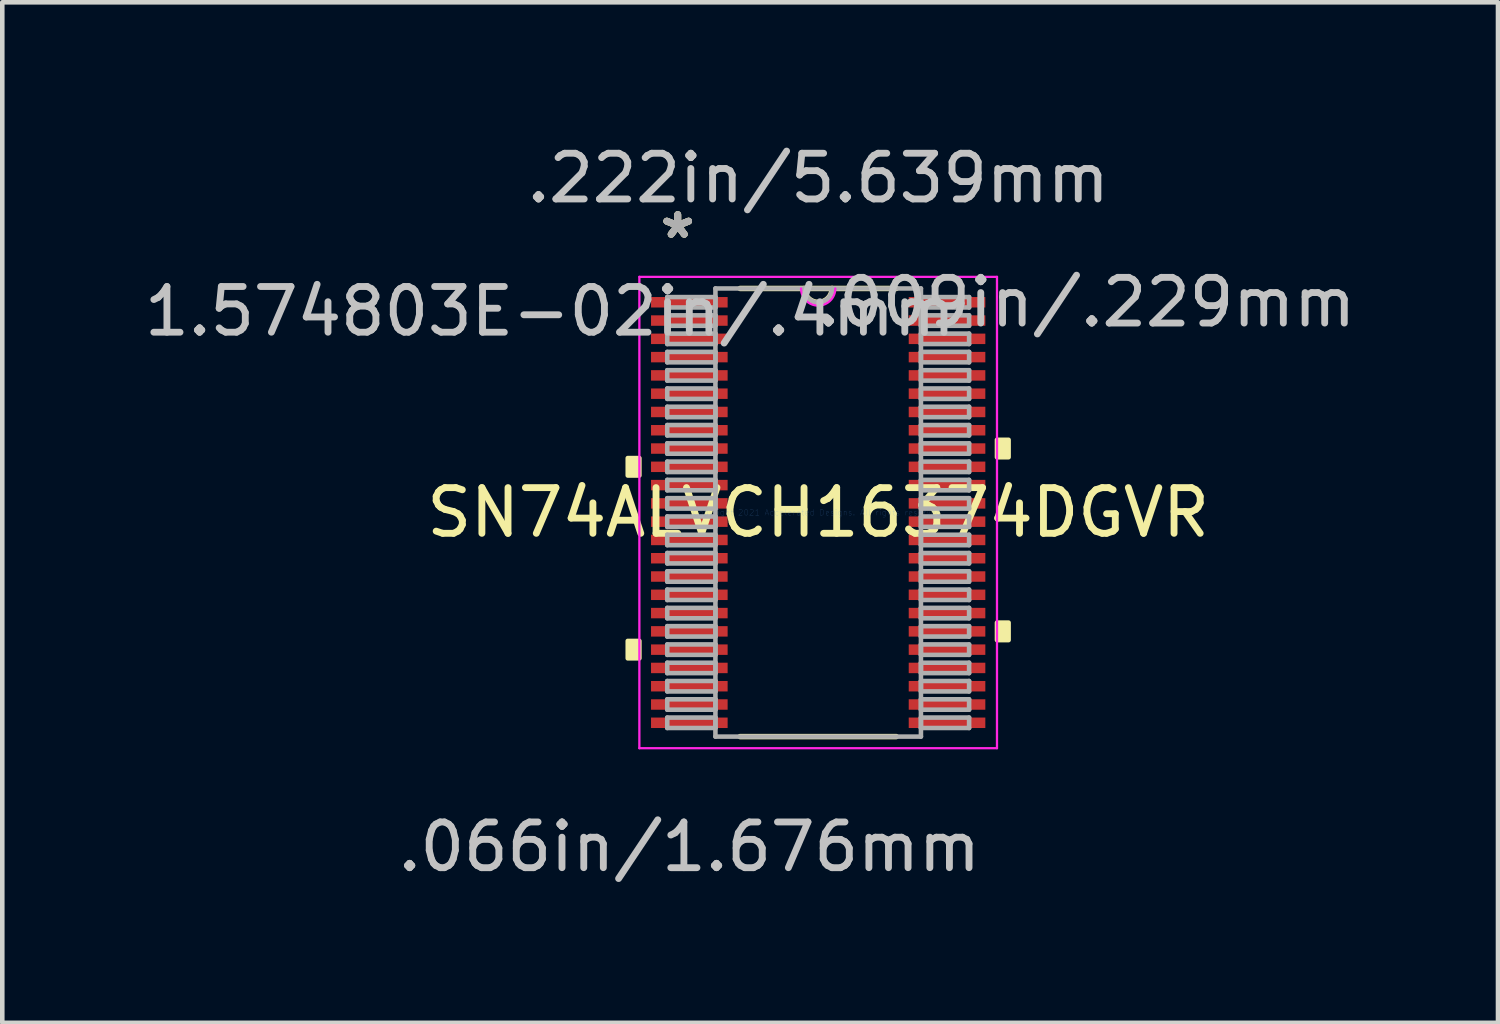
<source format=kicad_pcb>
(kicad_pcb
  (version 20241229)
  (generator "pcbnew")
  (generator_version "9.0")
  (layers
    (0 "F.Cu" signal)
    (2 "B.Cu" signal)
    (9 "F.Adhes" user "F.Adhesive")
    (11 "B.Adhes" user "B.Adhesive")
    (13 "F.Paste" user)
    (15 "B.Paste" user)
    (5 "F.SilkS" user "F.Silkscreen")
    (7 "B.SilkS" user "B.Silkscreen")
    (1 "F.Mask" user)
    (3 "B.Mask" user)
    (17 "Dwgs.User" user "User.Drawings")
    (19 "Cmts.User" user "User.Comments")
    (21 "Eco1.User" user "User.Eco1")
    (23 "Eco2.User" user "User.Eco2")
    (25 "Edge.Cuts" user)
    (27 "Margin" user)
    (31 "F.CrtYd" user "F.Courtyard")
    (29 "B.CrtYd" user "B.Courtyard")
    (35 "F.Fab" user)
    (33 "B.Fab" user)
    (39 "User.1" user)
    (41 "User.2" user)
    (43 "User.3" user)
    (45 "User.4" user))
  (footprint "SN74ALVCH16374DGVR"
    (layer "F.Cu")
    (at 14.85 8.163)
    (property "Reference" "SN74ALVCH16374DGVR" (at 0 0 0) (layer "F.SilkS") (effects (font (size 1 1) (thickness 0.15))))
    (attr through_hole)
    (fp_line (start -1.707 4.902) (end 1.707 4.902) (stroke (width 0.12) (type solid)) (layer "F.SilkS"))
    (fp_line (start 1.707 -4.902) (end -1.707 -4.902) (stroke (width 0.12) (type solid)) (layer "F.SilkS"))
    (fp_arc (start 0.3048 -4.9022) (mid 0 -4.5974) (end -0.3048 -4.9022) (stroke (width 0.12) (type solid)) (layer "F.SilkS"))
    (fp_poly (pts (xy -4.166 -1.191) (xy -4.166 -0.81) (xy -3.912 -0.81) (xy -3.912 -1.191)) (stroke (width 0.1) (type solid)) (fill yes) (layer "F.SilkS"))
    (fp_poly (pts (xy -4.166 2.809) (xy -4.166 3.19) (xy -3.912 3.19) (xy -3.912 2.809)) (stroke (width 0.1) (type solid)) (fill yes) (layer "F.SilkS"))
    (fp_poly (pts (xy 4.166 -1.591) (xy 4.166 -1.21) (xy 3.912 -1.21) (xy 3.912 -1.591)) (stroke (width 0.1) (type solid)) (fill yes) (layer "F.SilkS"))
    (fp_poly (pts (xy 4.166 2.409) (xy 4.166 2.791) (xy 3.912 2.791) (xy 3.912 2.409)) (stroke (width 0.1) (type solid)) (fill yes) (layer "F.SilkS"))
    (fp_line (start -3.912 -5.156) (end 3.912 -5.156) (stroke (width 0.05) (type solid)) (layer "F.CrtYd"))
    (fp_line (start -3.912 5.156) (end -3.912 -5.156) (stroke (width 0.05) (type solid)) (layer "F.CrtYd"))
    (fp_line (start 3.912 -5.156) (end 3.912 5.156) (stroke (width 0.05) (type solid)) (layer "F.CrtYd"))
    (fp_line (start 3.912 5.156) (end -3.912 5.156) (stroke (width 0.05) (type solid)) (layer "F.CrtYd"))
    (fp_arc (start 0.37465 -4.9022) (mid 0 -4.52755) (end -0.37465 -4.9022) (stroke (width 0.05) (type solid)) (layer "F.CrtYd"))
    (fp_line (start -3.302 -4.714) (end -3.302 -4.486) (stroke (width 0.1) (type solid)) (layer "F.Fab"))
    (fp_line (start -3.302 -4.486) (end -2.248 -4.486) (stroke (width 0.1) (type solid)) (layer "F.Fab"))
    (fp_line (start -3.302 -4.314) (end -3.302 -4.086) (stroke (width 0.1) (type solid)) (layer "F.Fab"))
    (fp_line (start -3.302 -4.086) (end -2.248 -4.086) (stroke (width 0.1) (type solid)) (layer "F.Fab"))
    (fp_line (start -3.302 -3.914) (end -3.302 -3.686) (stroke (width 0.1) (type solid)) (layer "F.Fab"))
    (fp_line (start -3.302 -3.686) (end -2.248 -3.686) (stroke (width 0.1) (type solid)) (layer "F.Fab"))
    (fp_line (start -3.302 -3.514) (end -3.302 -3.286) (stroke (width 0.1) (type solid)) (layer "F.Fab"))
    (fp_line (start -3.302 -3.286) (end -2.248 -3.286) (stroke (width 0.1) (type solid)) (layer "F.Fab"))
    (fp_line (start -3.302 -3.114) (end -3.302 -2.886) (stroke (width 0.1) (type solid)) (layer "F.Fab"))
    (fp_line (start -3.302 -2.886) (end -2.248 -2.886) (stroke (width 0.1) (type solid)) (layer "F.Fab"))
    (fp_line (start -3.302 -2.714) (end -3.302 -2.486) (stroke (width 0.1) (type solid)) (layer "F.Fab"))
    (fp_line (start -3.302 -2.486) (end -2.248 -2.486) (stroke (width 0.1) (type solid)) (layer "F.Fab"))
    (fp_line (start -3.302 -2.314) (end -3.302 -2.086) (stroke (width 0.1) (type solid)) (layer "F.Fab"))
    (fp_line (start -3.302 -2.086) (end -2.248 -2.086) (stroke (width 0.1) (type solid)) (layer "F.Fab"))
    (fp_line (start -3.302 -1.914) (end -3.302 -1.686) (stroke (width 0.1) (type solid)) (layer "F.Fab"))
    (fp_line (start -3.302 -1.686) (end -2.248 -1.686) (stroke (width 0.1) (type solid)) (layer "F.Fab"))
    (fp_line (start -3.302 -1.514) (end -3.302 -1.286) (stroke (width 0.1) (type solid)) (layer "F.Fab"))
    (fp_line (start -3.302 -1.286) (end -2.248 -1.286) (stroke (width 0.1) (type solid)) (layer "F.Fab"))
    (fp_line (start -3.302 -1.114) (end -3.302 -0.886) (stroke (width 0.1) (type solid)) (layer "F.Fab"))
    (fp_line (start -3.302 -0.886) (end -2.248 -0.886) (stroke (width 0.1) (type solid)) (layer "F.Fab"))
    (fp_line (start -3.302 -0.714) (end -3.302 -0.486) (stroke (width 0.1) (type solid)) (layer "F.Fab"))
    (fp_line (start -3.302 -0.486) (end -2.248 -0.486) (stroke (width 0.1) (type solid)) (layer "F.Fab"))
    (fp_line (start -3.302 -0.314) (end -3.302 -0.086) (stroke (width 0.1) (type solid)) (layer "F.Fab"))
    (fp_line (start -3.302 -0.086) (end -2.248 -0.086) (stroke (width 0.1) (type solid)) (layer "F.Fab"))
    (fp_line (start -3.302 0.086) (end -3.302 0.314) (stroke (width 0.1) (type solid)) (layer "F.Fab"))
    (fp_line (start -3.302 0.314) (end -2.248 0.314) (stroke (width 0.1) (type solid)) (layer "F.Fab"))
    (fp_line (start -3.302 0.486) (end -3.302 0.714) (stroke (width 0.1) (type solid)) (layer "F.Fab"))
    (fp_line (start -3.302 0.714) (end -2.248 0.714) (stroke (width 0.1) (type solid)) (layer "F.Fab"))
    (fp_line (start -3.302 0.886) (end -3.302 1.114) (stroke (width 0.1) (type solid)) (layer "F.Fab"))
    (fp_line (start -3.302 1.114) (end -2.248 1.114) (stroke (width 0.1) (type solid)) (layer "F.Fab"))
    (fp_line (start -3.302 1.286) (end -3.302 1.514) (stroke (width 0.1) (type solid)) (layer "F.Fab"))
    (fp_line (start -3.302 1.514) (end -2.248 1.514) (stroke (width 0.1) (type solid)) (layer "F.Fab"))
    (fp_line (start -3.302 1.686) (end -3.302 1.914) (stroke (width 0.1) (type solid)) (layer "F.Fab"))
    (fp_line (start -3.302 1.914) (end -2.248 1.914) (stroke (width 0.1) (type solid)) (layer "F.Fab"))
    (fp_line (start -3.302 2.086) (end -3.302 2.314) (stroke (width 0.1) (type solid)) (layer "F.Fab"))
    (fp_line (start -3.302 2.314) (end -2.248 2.314) (stroke (width 0.1) (type solid)) (layer "F.Fab"))
    (fp_line (start -3.302 2.486) (end -3.302 2.714) (stroke (width 0.1) (type solid)) (layer "F.Fab"))
    (fp_line (start -3.302 2.714) (end -2.248 2.714) (stroke (width 0.1) (type solid)) (layer "F.Fab"))
    (fp_line (start -3.302 2.886) (end -3.302 3.114) (stroke (width 0.1) (type solid)) (layer "F.Fab"))
    (fp_line (start -3.302 3.114) (end -2.248 3.114) (stroke (width 0.1) (type solid)) (layer "F.Fab"))
    (fp_line (start -3.302 3.286) (end -3.302 3.514) (stroke (width 0.1) (type solid)) (layer "F.Fab"))
    (fp_line (start -3.302 3.514) (end -2.248 3.514) (stroke (width 0.1) (type solid)) (layer "F.Fab"))
    (fp_line (start -3.302 3.686) (end -3.302 3.914) (stroke (width 0.1) (type solid)) (layer "F.Fab"))
    (fp_line (start -3.302 3.914) (end -2.248 3.914) (stroke (width 0.1) (type solid)) (layer "F.Fab"))
    (fp_line (start -3.302 4.086) (end -3.302 4.314) (stroke (width 0.1) (type solid)) (layer "F.Fab"))
    (fp_line (start -3.302 4.314) (end -2.248 4.314) (stroke (width 0.1) (type solid)) (layer "F.Fab"))
    (fp_line (start -3.302 4.486) (end -3.302 4.714) (stroke (width 0.1) (type solid)) (layer "F.Fab"))
    (fp_line (start -3.302 4.714) (end -2.248 4.714) (stroke (width 0.1) (type solid)) (layer "F.Fab"))
    (fp_line (start -2.248 -4.902) (end -2.248 4.902) (stroke (width 0.1) (type solid)) (layer "F.Fab"))
    (fp_line (start -2.248 -4.714) (end -3.302 -4.714) (stroke (width 0.1) (type solid)) (layer "F.Fab"))
    (fp_line (start -2.248 -4.486) (end -2.248 -4.714) (stroke (width 0.1) (type solid)) (layer "F.Fab"))
    (fp_line (start -2.248 -4.314) (end -3.302 -4.314) (stroke (width 0.1) (type solid)) (layer "F.Fab"))
    (fp_line (start -2.248 -4.086) (end -2.248 -4.314) (stroke (width 0.1) (type solid)) (layer "F.Fab"))
    (fp_line (start -2.248 -3.914) (end -3.302 -3.914) (stroke (width 0.1) (type solid)) (layer "F.Fab"))
    (fp_line (start -2.248 -3.686) (end -2.248 -3.914) (stroke (width 0.1) (type solid)) (layer "F.Fab"))
    (fp_line (start -2.248 -3.514) (end -3.302 -3.514) (stroke (width 0.1) (type solid)) (layer "F.Fab"))
    (fp_line (start -2.248 -3.286) (end -2.248 -3.514) (stroke (width 0.1) (type solid)) (layer "F.Fab"))
    (fp_line (start -2.248 -3.114) (end -3.302 -3.114) (stroke (width 0.1) (type solid)) (layer "F.Fab"))
    (fp_line (start -2.248 -2.886) (end -2.248 -3.114) (stroke (width 0.1) (type solid)) (layer "F.Fab"))
    (fp_line (start -2.248 -2.714) (end -3.302 -2.714) (stroke (width 0.1) (type solid)) (layer "F.Fab"))
    (fp_line (start -2.248 -2.486) (end -2.248 -2.714) (stroke (width 0.1) (type solid)) (layer "F.Fab"))
    (fp_line (start -2.248 -2.314) (end -3.302 -2.314) (stroke (width 0.1) (type solid)) (layer "F.Fab"))
    (fp_line (start -2.248 -2.086) (end -2.248 -2.314) (stroke (width 0.1) (type solid)) (layer "F.Fab"))
    (fp_line (start -2.248 -1.914) (end -3.302 -1.914) (stroke (width 0.1) (type solid)) (layer "F.Fab"))
    (fp_line (start -2.248 -1.686) (end -2.248 -1.914) (stroke (width 0.1) (type solid)) (layer "F.Fab"))
    (fp_line (start -2.248 -1.514) (end -3.302 -1.514) (stroke (width 0.1) (type solid)) (layer "F.Fab"))
    (fp_line (start -2.248 -1.286) (end -2.248 -1.514) (stroke (width 0.1) (type solid)) (layer "F.Fab"))
    (fp_line (start -2.248 -1.114) (end -3.302 -1.114) (stroke (width 0.1) (type solid)) (layer "F.Fab"))
    (fp_line (start -2.248 -0.886) (end -2.248 -1.114) (stroke (width 0.1) (type solid)) (layer "F.Fab"))
    (fp_line (start -2.248 -0.714) (end -3.302 -0.714) (stroke (width 0.1) (type solid)) (layer "F.Fab"))
    (fp_line (start -2.248 -0.486) (end -2.248 -0.714) (stroke (width 0.1) (type solid)) (layer "F.Fab"))
    (fp_line (start -2.248 -0.314) (end -3.302 -0.314) (stroke (width 0.1) (type solid)) (layer "F.Fab"))
    (fp_line (start -2.248 -0.086) (end -2.248 -0.314) (stroke (width 0.1) (type solid)) (layer "F.Fab"))
    (fp_line (start -2.248 0.086) (end -3.302 0.086) (stroke (width 0.1) (type solid)) (layer "F.Fab"))
    (fp_line (start -2.248 0.314) (end -2.248 0.086) (stroke (width 0.1) (type solid)) (layer "F.Fab"))
    (fp_line (start -2.248 0.486) (end -3.302 0.486) (stroke (width 0.1) (type solid)) (layer "F.Fab"))
    (fp_line (start -2.248 0.714) (end -2.248 0.486) (stroke (width 0.1) (type solid)) (layer "F.Fab"))
    (fp_line (start -2.248 0.886) (end -3.302 0.886) (stroke (width 0.1) (type solid)) (layer "F.Fab"))
    (fp_line (start -2.248 1.114) (end -2.248 0.886) (stroke (width 0.1) (type solid)) (layer "F.Fab"))
    (fp_line (start -2.248 1.286) (end -3.302 1.286) (stroke (width 0.1) (type solid)) (layer "F.Fab"))
    (fp_line (start -2.248 1.514) (end -2.248 1.286) (stroke (width 0.1) (type solid)) (layer "F.Fab"))
    (fp_line (start -2.248 1.686) (end -3.302 1.686) (stroke (width 0.1) (type solid)) (layer "F.Fab"))
    (fp_line (start -2.248 1.914) (end -2.248 1.686) (stroke (width 0.1) (type solid)) (layer "F.Fab"))
    (fp_line (start -2.248 2.086) (end -3.302 2.086) (stroke (width 0.1) (type solid)) (layer "F.Fab"))
    (fp_line (start -2.248 2.314) (end -2.248 2.086) (stroke (width 0.1) (type solid)) (layer "F.Fab"))
    (fp_line (start -2.248 2.486) (end -3.302 2.486) (stroke (width 0.1) (type solid)) (layer "F.Fab"))
    (fp_line (start -2.248 2.714) (end -2.248 2.486) (stroke (width 0.1) (type solid)) (layer "F.Fab"))
    (fp_line (start -2.248 2.886) (end -3.302 2.886) (stroke (width 0.1) (type solid)) (layer "F.Fab"))
    (fp_line (start -2.248 3.114) (end -2.248 2.886) (stroke (width 0.1) (type solid)) (layer "F.Fab"))
    (fp_line (start -2.248 3.286) (end -3.302 3.286) (stroke (width 0.1) (type solid)) (layer "F.Fab"))
    (fp_line (start -2.248 3.514) (end -2.248 3.286) (stroke (width 0.1) (type solid)) (layer "F.Fab"))
    (fp_line (start -2.248 3.686) (end -3.302 3.686) (stroke (width 0.1) (type solid)) (layer "F.Fab"))
    (fp_line (start -2.248 3.914) (end -2.248 3.686) (stroke (width 0.1) (type solid)) (layer "F.Fab"))
    (fp_line (start -2.248 4.086) (end -3.302 4.086) (stroke (width 0.1) (type solid)) (layer "F.Fab"))
    (fp_line (start -2.248 4.314) (end -2.248 4.086) (stroke (width 0.1) (type solid)) (layer "F.Fab"))
    (fp_line (start -2.248 4.486) (end -3.302 4.486) (stroke (width 0.1) (type solid)) (layer "F.Fab"))
    (fp_line (start -2.248 4.714) (end -2.248 4.486) (stroke (width 0.1) (type solid)) (layer "F.Fab"))
    (fp_line (start -2.248 4.902) (end 2.248 4.902) (stroke (width 0.1) (type solid)) (layer "F.Fab"))
    (fp_line (start 2.248 -4.902) (end -2.248 -4.902) (stroke (width 0.1) (type solid)) (layer "F.Fab"))
    (fp_line (start 2.248 -4.714) (end 2.248 -4.486) (stroke (width 0.1) (type solid)) (layer "F.Fab"))
    (fp_line (start 2.248 -4.486) (end 3.302 -4.486) (stroke (width 0.1) (type solid)) (layer "F.Fab"))
    (fp_line (start 2.248 -4.314) (end 2.248 -4.086) (stroke (width 0.1) (type solid)) (layer "F.Fab"))
    (fp_line (start 2.248 -4.086) (end 3.302 -4.086) (stroke (width 0.1) (type solid)) (layer "F.Fab"))
    (fp_line (start 2.248 -3.914) (end 2.248 -3.686) (stroke (width 0.1) (type solid)) (layer "F.Fab"))
    (fp_line (start 2.248 -3.686) (end 3.302 -3.686) (stroke (width 0.1) (type solid)) (layer "F.Fab"))
    (fp_line (start 2.248 -3.514) (end 2.248 -3.286) (stroke (width 0.1) (type solid)) (layer "F.Fab"))
    (fp_line (start 2.248 -3.286) (end 3.302 -3.286) (stroke (width 0.1) (type solid)) (layer "F.Fab"))
    (fp_line (start 2.248 -3.114) (end 2.248 -2.886) (stroke (width 0.1) (type solid)) (layer "F.Fab"))
    (fp_line (start 2.248 -2.886) (end 3.302 -2.886) (stroke (width 0.1) (type solid)) (layer "F.Fab"))
    (fp_line (start 2.248 -2.714) (end 2.248 -2.486) (stroke (width 0.1) (type solid)) (layer "F.Fab"))
    (fp_line (start 2.248 -2.486) (end 3.302 -2.486) (stroke (width 0.1) (type solid)) (layer "F.Fab"))
    (fp_line (start 2.248 -2.314) (end 2.248 -2.086) (stroke (width 0.1) (type solid)) (layer "F.Fab"))
    (fp_line (start 2.248 -2.086) (end 3.302 -2.086) (stroke (width 0.1) (type solid)) (layer "F.Fab"))
    (fp_line (start 2.248 -1.914) (end 2.248 -1.686) (stroke (width 0.1) (type solid)) (layer "F.Fab"))
    (fp_line (start 2.248 -1.686) (end 3.302 -1.686) (stroke (width 0.1) (type solid)) (layer "F.Fab"))
    (fp_line (start 2.248 -1.514) (end 2.248 -1.286) (stroke (width 0.1) (type solid)) (layer "F.Fab"))
    (fp_line (start 2.248 -1.286) (end 3.302 -1.286) (stroke (width 0.1) (type solid)) (layer "F.Fab"))
    (fp_line (start 2.248 -1.114) (end 2.248 -0.886) (stroke (width 0.1) (type solid)) (layer "F.Fab"))
    (fp_line (start 2.248 -0.886) (end 3.302 -0.886) (stroke (width 0.1) (type solid)) (layer "F.Fab"))
    (fp_line (start 2.248 -0.714) (end 2.248 -0.486) (stroke (width 0.1) (type solid)) (layer "F.Fab"))
    (fp_line (start 2.248 -0.486) (end 3.302 -0.486) (stroke (width 0.1) (type solid)) (layer "F.Fab"))
    (fp_line (start 2.248 -0.314) (end 2.248 -0.086) (stroke (width 0.1) (type solid)) (layer "F.Fab"))
    (fp_line (start 2.248 -0.086) (end 3.302 -0.086) (stroke (width 0.1) (type solid)) (layer "F.Fab"))
    (fp_line (start 2.248 0.086) (end 2.248 0.314) (stroke (width 0.1) (type solid)) (layer "F.Fab"))
    (fp_line (start 2.248 0.314) (end 3.302 0.314) (stroke (width 0.1) (type solid)) (layer "F.Fab"))
    (fp_line (start 2.248 0.486) (end 2.248 0.714) (stroke (width 0.1) (type solid)) (layer "F.Fab"))
    (fp_line (start 2.248 0.714) (end 3.302 0.714) (stroke (width 0.1) (type solid)) (layer "F.Fab"))
    (fp_line (start 2.248 0.886) (end 2.248 1.114) (stroke (width 0.1) (type solid)) (layer "F.Fab"))
    (fp_line (start 2.248 1.114) (end 3.302 1.114) (stroke (width 0.1) (type solid)) (layer "F.Fab"))
    (fp_line (start 2.248 1.286) (end 2.248 1.514) (stroke (width 0.1) (type solid)) (layer "F.Fab"))
    (fp_line (start 2.248 1.514) (end 3.302 1.514) (stroke (width 0.1) (type solid)) (layer "F.Fab"))
    (fp_line (start 2.248 1.686) (end 2.248 1.914) (stroke (width 0.1) (type solid)) (layer "F.Fab"))
    (fp_line (start 2.248 1.914) (end 3.302 1.914) (stroke (width 0.1) (type solid)) (layer "F.Fab"))
    (fp_line (start 2.248 2.086) (end 2.248 2.314) (stroke (width 0.1) (type solid)) (layer "F.Fab"))
    (fp_line (start 2.248 2.314) (end 3.302 2.314) (stroke (width 0.1) (type solid)) (layer "F.Fab"))
    (fp_line (start 2.248 2.486) (end 2.248 2.714) (stroke (width 0.1) (type solid)) (layer "F.Fab"))
    (fp_line (start 2.248 2.714) (end 3.302 2.714) (stroke (width 0.1) (type solid)) (layer "F.Fab"))
    (fp_line (start 2.248 2.886) (end 2.248 3.114) (stroke (width 0.1) (type solid)) (layer "F.Fab"))
    (fp_line (start 2.248 3.114) (end 3.302 3.114) (stroke (width 0.1) (type solid)) (layer "F.Fab"))
    (fp_line (start 2.248 3.286) (end 2.248 3.514) (stroke (width 0.1) (type solid)) (layer "F.Fab"))
    (fp_line (start 2.248 3.514) (end 3.302 3.514) (stroke (width 0.1) (type solid)) (layer "F.Fab"))
    (fp_line (start 2.248 3.686) (end 2.248 3.914) (stroke (width 0.1) (type solid)) (layer "F.Fab"))
    (fp_line (start 2.248 3.914) (end 3.302 3.914) (stroke (width 0.1) (type solid)) (layer "F.Fab"))
    (fp_line (start 2.248 4.086) (end 2.248 4.314) (stroke (width 0.1) (type solid)) (layer "F.Fab"))
    (fp_line (start 2.248 4.314) (end 3.302 4.314) (stroke (width 0.1) (type solid)) (layer "F.Fab"))
    (fp_line (start 2.248 4.486) (end 2.248 4.714) (stroke (width 0.1) (type solid)) (layer "F.Fab"))
    (fp_line (start 2.248 4.714) (end 3.302 4.714) (stroke (width 0.1) (type solid)) (layer "F.Fab"))
    (fp_line (start 2.248 4.902) (end 2.248 -4.902) (stroke (width 0.1) (type solid)) (layer "F.Fab"))
    (fp_line (start 3.302 -4.714) (end 2.248 -4.714) (stroke (width 0.1) (type solid)) (layer "F.Fab"))
    (fp_line (start 3.302 -4.486) (end 3.302 -4.714) (stroke (width 0.1) (type solid)) (layer "F.Fab"))
    (fp_line (start 3.302 -4.314) (end 2.248 -4.314) (stroke (width 0.1) (type solid)) (layer "F.Fab"))
    (fp_line (start 3.302 -4.086) (end 3.302 -4.314) (stroke (width 0.1) (type solid)) (layer "F.Fab"))
    (fp_line (start 3.302 -3.914) (end 2.248 -3.914) (stroke (width 0.1) (type solid)) (layer "F.Fab"))
    (fp_line (start 3.302 -3.686) (end 3.302 -3.914) (stroke (width 0.1) (type solid)) (layer "F.Fab"))
    (fp_line (start 3.302 -3.514) (end 2.248 -3.514) (stroke (width 0.1) (type solid)) (layer "F.Fab"))
    (fp_line (start 3.302 -3.286) (end 3.302 -3.514) (stroke (width 0.1) (type solid)) (layer "F.Fab"))
    (fp_line (start 3.302 -3.114) (end 2.248 -3.114) (stroke (width 0.1) (type solid)) (layer "F.Fab"))
    (fp_line (start 3.302 -2.886) (end 3.302 -3.114) (stroke (width 0.1) (type solid)) (layer "F.Fab"))
    (fp_line (start 3.302 -2.714) (end 2.248 -2.714) (stroke (width 0.1) (type solid)) (layer "F.Fab"))
    (fp_line (start 3.302 -2.486) (end 3.302 -2.714) (stroke (width 0.1) (type solid)) (layer "F.Fab"))
    (fp_line (start 3.302 -2.314) (end 2.248 -2.314) (stroke (width 0.1) (type solid)) (layer "F.Fab"))
    (fp_line (start 3.302 -2.086) (end 3.302 -2.314) (stroke (width 0.1) (type solid)) (layer "F.Fab"))
    (fp_line (start 3.302 -1.914) (end 2.248 -1.914) (stroke (width 0.1) (type solid)) (layer "F.Fab"))
    (fp_line (start 3.302 -1.686) (end 3.302 -1.914) (stroke (width 0.1) (type solid)) (layer "F.Fab"))
    (fp_line (start 3.302 -1.514) (end 2.248 -1.514) (stroke (width 0.1) (type solid)) (layer "F.Fab"))
    (fp_line (start 3.302 -1.286) (end 3.302 -1.514) (stroke (width 0.1) (type solid)) (layer "F.Fab"))
    (fp_line (start 3.302 -1.114) (end 2.248 -1.114) (stroke (width 0.1) (type solid)) (layer "F.Fab"))
    (fp_line (start 3.302 -0.886) (end 3.302 -1.114) (stroke (width 0.1) (type solid)) (layer "F.Fab"))
    (fp_line (start 3.302 -0.714) (end 2.248 -0.714) (stroke (width 0.1) (type solid)) (layer "F.Fab"))
    (fp_line (start 3.302 -0.486) (end 3.302 -0.714) (stroke (width 0.1) (type solid)) (layer "F.Fab"))
    (fp_line (start 3.302 -0.314) (end 2.248 -0.314) (stroke (width 0.1) (type solid)) (layer "F.Fab"))
    (fp_line (start 3.302 -0.086) (end 3.302 -0.314) (stroke (width 0.1) (type solid)) (layer "F.Fab"))
    (fp_line (start 3.302 0.086) (end 2.248 0.086) (stroke (width 0.1) (type solid)) (layer "F.Fab"))
    (fp_line (start 3.302 0.314) (end 3.302 0.086) (stroke (width 0.1) (type solid)) (layer "F.Fab"))
    (fp_line (start 3.302 0.486) (end 2.248 0.486) (stroke (width 0.1) (type solid)) (layer "F.Fab"))
    (fp_line (start 3.302 0.714) (end 3.302 0.486) (stroke (width 0.1) (type solid)) (layer "F.Fab"))
    (fp_line (start 3.302 0.886) (end 2.248 0.886) (stroke (width 0.1) (type solid)) (layer "F.Fab"))
    (fp_line (start 3.302 1.114) (end 3.302 0.886) (stroke (width 0.1) (type solid)) (layer "F.Fab"))
    (fp_line (start 3.302 1.286) (end 2.248 1.286) (stroke (width 0.1) (type solid)) (layer "F.Fab"))
    (fp_line (start 3.302 1.514) (end 3.302 1.286) (stroke (width 0.1) (type solid)) (layer "F.Fab"))
    (fp_line (start 3.302 1.686) (end 2.248 1.686) (stroke (width 0.1) (type solid)) (layer "F.Fab"))
    (fp_line (start 3.302 1.914) (end 3.302 1.686) (stroke (width 0.1) (type solid)) (layer "F.Fab"))
    (fp_line (start 3.302 2.086) (end 2.248 2.086) (stroke (width 0.1) (type solid)) (layer "F.Fab"))
    (fp_line (start 3.302 2.314) (end 3.302 2.086) (stroke (width 0.1) (type solid)) (layer "F.Fab"))
    (fp_line (start 3.302 2.486) (end 2.248 2.486) (stroke (width 0.1) (type solid)) (layer "F.Fab"))
    (fp_line (start 3.302 2.714) (end 3.302 2.486) (stroke (width 0.1) (type solid)) (layer "F.Fab"))
    (fp_line (start 3.302 2.886) (end 2.248 2.886) (stroke (width 0.1) (type solid)) (layer "F.Fab"))
    (fp_line (start 3.302 3.114) (end 3.302 2.886) (stroke (width 0.1) (type solid)) (layer "F.Fab"))
    (fp_line (start 3.302 3.286) (end 2.248 3.286) (stroke (width 0.1) (type solid)) (layer "F.Fab"))
    (fp_line (start 3.302 3.514) (end 3.302 3.286) (stroke (width 0.1) (type solid)) (layer "F.Fab"))
    (fp_line (start 3.302 3.686) (end 2.248 3.686) (stroke (width 0.1) (type solid)) (layer "F.Fab"))
    (fp_line (start 3.302 3.914) (end 3.302 3.686) (stroke (width 0.1) (type solid)) (layer "F.Fab"))
    (fp_line (start 3.302 4.086) (end 2.248 4.086) (stroke (width 0.1) (type solid)) (layer "F.Fab"))
    (fp_line (start 3.302 4.314) (end 3.302 4.086) (stroke (width 0.1) (type solid)) (layer "F.Fab"))
    (fp_line (start 3.302 4.486) (end 2.248 4.486) (stroke (width 0.1) (type solid)) (layer "F.Fab"))
    (fp_line (start 3.302 4.714) (end 3.302 4.486) (stroke (width 0.1) (type solid)) (layer "F.Fab"))
    (fp_arc (start 0.3048 -4.9022) (mid 0 -4.5974) (end -0.3048 -4.9022) (stroke (width 0.1) (type solid)) (layer "F.Fab"))
    (fp_text user "*" (at -3.073 -5.972 0) (layer "F.SilkS") (effects (font (size 1 1) (thickness 0.15))))
    (fp_text user "*" (at -3.073 -5.972 0) (layer "F.SilkS") (effects (font (size 1 1) (thickness 0.15))))
    (fp_text user ".066in/1.676mm" (at -2.819 7.315 0) (layer "Dwgs.User") (effects (font (size 1 1) (thickness 0.15))))
    (fp_text user ".222in/5.639mm" (at 0 -7.315 0) (layer "Dwgs.User") (effects (font (size 1 1) (thickness 0.15))))
    (fp_text user ".009in/.229mm" (at 5.867 -4.6 0) (layer "Dwgs.User") (effects (font (size 1 1) (thickness 0.15))))
    (fp_text user "1.574803E-02in/.4mm" (at -5.867 -4.4 0) (layer "Dwgs.User") (effects (font (size 1 1) (thickness 0.15))))
    (fp_text user "Copyright 2021 Accelerated Designs. All rights reserved." (at 0 0 0) (layer "Cmts.User") (effects (font (size 0.127 0.127) (thickness 0.002))))
    (fp_text user "*" (at -3.073 -5.972 0) (layer "F.Fab") (effects (font (size 1 1) (thickness 0.15))))
    (fp_text user "*" (at -3.073 -5.972 0) (layer "F.Fab") (effects (font (size 1 1) (thickness 0.15))))
    (pad "1" smd rect (at -2.819 -4.6) (size 1.676 0.229) (layers "F.Cu" "F.Mask" "F.Paste"))
    (pad "2" smd rect (at -2.819 -4.2) (size 1.676 0.229) (layers "F.Cu" "F.Mask" "F.Paste"))
    (pad "3" smd rect (at -2.819 -3.8) (size 1.676 0.229) (layers "F.Cu" "F.Mask" "F.Paste"))
    (pad "4" smd rect (at -2.819 -3.4) (size 1.676 0.229) (layers "F.Cu" "F.Mask" "F.Paste"))
    (pad "5" smd rect (at -2.819 -3) (size 1.676 0.229) (layers "F.Cu" "F.Mask" "F.Paste"))
    (pad "6" smd rect (at -2.819 -2.6) (size 1.676 0.229) (layers "F.Cu" "F.Mask" "F.Paste"))
    (pad "7" smd rect (at -2.819 -2.2) (size 1.676 0.229) (layers "F.Cu" "F.Mask" "F.Paste"))
    (pad "8" smd rect (at -2.819 -1.8) (size 1.676 0.229) (layers "F.Cu" "F.Mask" "F.Paste"))
    (pad "9" smd rect (at -2.819 -1.4) (size 1.676 0.229) (layers "F.Cu" "F.Mask" "F.Paste"))
    (pad "10" smd rect (at -2.819 -1) (size 1.676 0.229) (layers "F.Cu" "F.Mask" "F.Paste"))
    (pad "11" smd rect (at -2.819 -0.6) (size 1.676 0.229) (layers "F.Cu" "F.Mask" "F.Paste"))
    (pad "12" smd rect (at -2.819 -0.2) (size 1.676 0.229) (layers "F.Cu" "F.Mask" "F.Paste"))
    (pad "13" smd rect (at -2.819 0.2) (size 1.676 0.229) (layers "F.Cu" "F.Mask" "F.Paste"))
    (pad "14" smd rect (at -2.819 0.6) (size 1.676 0.229) (layers "F.Cu" "F.Mask" "F.Paste"))
    (pad "15" smd rect (at -2.819 1) (size 1.676 0.229) (layers "F.Cu" "F.Mask" "F.Paste"))
    (pad "16" smd rect (at -2.819 1.4) (size 1.676 0.229) (layers "F.Cu" "F.Mask" "F.Paste"))
    (pad "17" smd rect (at -2.819 1.8) (size 1.676 0.229) (layers "F.Cu" "F.Mask" "F.Paste"))
    (pad "18" smd rect (at -2.819 2.2) (size 1.676 0.229) (layers "F.Cu" "F.Mask" "F.Paste"))
    (pad "19" smd rect (at -2.819 2.6) (size 1.676 0.229) (layers "F.Cu" "F.Mask" "F.Paste"))
    (pad "20" smd rect (at -2.819 3) (size 1.676 0.229) (layers "F.Cu" "F.Mask" "F.Paste"))
    (pad "21" smd rect (at -2.819 3.4) (size 1.676 0.229) (layers "F.Cu" "F.Mask" "F.Paste"))
    (pad "22" smd rect (at -2.819 3.8) (size 1.676 0.229) (layers "F.Cu" "F.Mask" "F.Paste"))
    (pad "23" smd rect (at -2.819 4.2) (size 1.676 0.229) (layers "F.Cu" "F.Mask" "F.Paste"))
    (pad "24" smd rect (at -2.819 4.6) (size 1.676 0.229) (layers "F.Cu" "F.Mask" "F.Paste"))
    (pad "25" smd rect (at 2.819 4.6) (size 1.676 0.229) (layers "F.Cu" "F.Mask" "F.Paste"))
    (pad "26" smd rect (at 2.819 4.2) (size 1.676 0.229) (layers "F.Cu" "F.Mask" "F.Paste"))
    (pad "27" smd rect (at 2.819 3.8) (size 1.676 0.229) (layers "F.Cu" "F.Mask" "F.Paste"))
    (pad "28" smd rect (at 2.819 3.4) (size 1.676 0.229) (layers "F.Cu" "F.Mask" "F.Paste"))
    (pad "29" smd rect (at 2.819 3) (size 1.676 0.229) (layers "F.Cu" "F.Mask" "F.Paste"))
    (pad "30" smd rect (at 2.819 2.6) (size 1.676 0.229) (layers "F.Cu" "F.Mask" "F.Paste"))
    (pad "31" smd rect (at 2.819 2.2) (size 1.676 0.229) (layers "F.Cu" "F.Mask" "F.Paste"))
    (pad "32" smd rect (at 2.819 1.8) (size 1.676 0.229) (layers "F.Cu" "F.Mask" "F.Paste"))
    (pad "33" smd rect (at 2.819 1.4) (size 1.676 0.229) (layers "F.Cu" "F.Mask" "F.Paste"))
    (pad "34" smd rect (at 2.819 1) (size 1.676 0.229) (layers "F.Cu" "F.Mask" "F.Paste"))
    (pad "35" smd rect (at 2.819 0.6) (size 1.676 0.229) (layers "F.Cu" "F.Mask" "F.Paste"))
    (pad "36" smd rect (at 2.819 0.2) (size 1.676 0.229) (layers "F.Cu" "F.Mask" "F.Paste"))
    (pad "37" smd rect (at 2.819 -0.2) (size 1.676 0.229) (layers "F.Cu" "F.Mask" "F.Paste"))
    (pad "38" smd rect (at 2.819 -0.6) (size 1.676 0.229) (layers "F.Cu" "F.Mask" "F.Paste"))
    (pad "39" smd rect (at 2.819 -1) (size 1.676 0.229) (layers "F.Cu" "F.Mask" "F.Paste"))
    (pad "40" smd rect (at 2.819 -1.4) (size 1.676 0.229) (layers "F.Cu" "F.Mask" "F.Paste"))
    (pad "41" smd rect (at 2.819 -1.8) (size 1.676 0.229) (layers "F.Cu" "F.Mask" "F.Paste"))
    (pad "42" smd rect (at 2.819 -2.2) (size 1.676 0.229) (layers "F.Cu" "F.Mask" "F.Paste"))
    (pad "43" smd rect (at 2.819 -2.6) (size 1.676 0.229) (layers "F.Cu" "F.Mask" "F.Paste"))
    (pad "44" smd rect (at 2.819 -3) (size 1.676 0.229) (layers "F.Cu" "F.Mask" "F.Paste"))
    (pad "45" smd rect (at 2.819 -3.4) (size 1.676 0.229) (layers "F.Cu" "F.Mask" "F.Paste"))
    (pad "46" smd rect (at 2.819 -3.8) (size 1.676 0.229) (layers "F.Cu" "F.Mask" "F.Paste"))
    (pad "47" smd rect (at 2.819 -4.2) (size 1.676 0.229) (layers "F.Cu" "F.Mask" "F.Paste"))
    (pad "48" smd rect (at 2.819 -4.6) (size 1.676 0.229) (layers "F.Cu" "F.Mask" "F.Paste")))
  (gr_rect
    (start -3 -3)
    (end 29.723 19.327)
    (stroke (width 0.1) (type default))
    (fill no)
    (layer "Edge.Cuts")))
</source>
